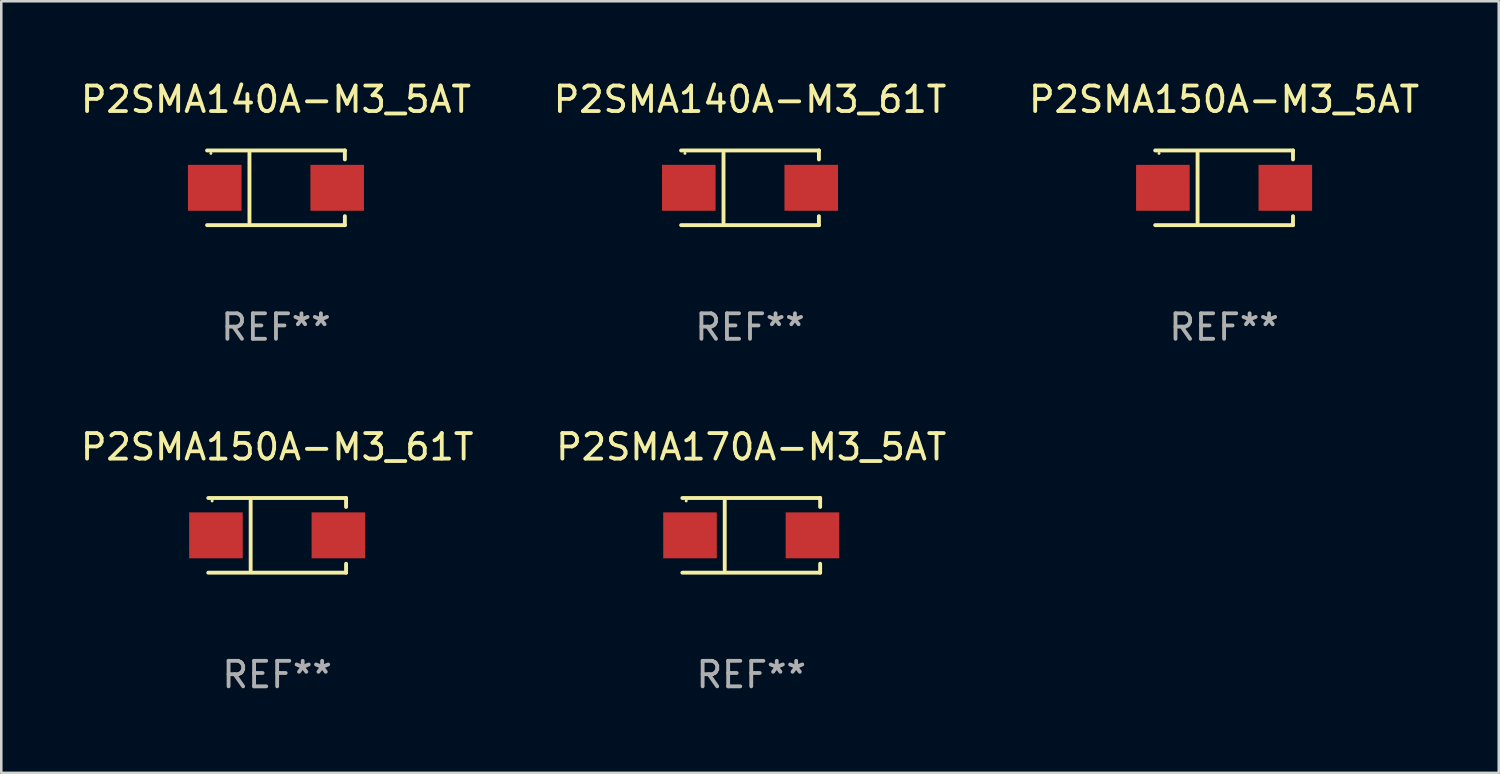
<source format=kicad_pcb>
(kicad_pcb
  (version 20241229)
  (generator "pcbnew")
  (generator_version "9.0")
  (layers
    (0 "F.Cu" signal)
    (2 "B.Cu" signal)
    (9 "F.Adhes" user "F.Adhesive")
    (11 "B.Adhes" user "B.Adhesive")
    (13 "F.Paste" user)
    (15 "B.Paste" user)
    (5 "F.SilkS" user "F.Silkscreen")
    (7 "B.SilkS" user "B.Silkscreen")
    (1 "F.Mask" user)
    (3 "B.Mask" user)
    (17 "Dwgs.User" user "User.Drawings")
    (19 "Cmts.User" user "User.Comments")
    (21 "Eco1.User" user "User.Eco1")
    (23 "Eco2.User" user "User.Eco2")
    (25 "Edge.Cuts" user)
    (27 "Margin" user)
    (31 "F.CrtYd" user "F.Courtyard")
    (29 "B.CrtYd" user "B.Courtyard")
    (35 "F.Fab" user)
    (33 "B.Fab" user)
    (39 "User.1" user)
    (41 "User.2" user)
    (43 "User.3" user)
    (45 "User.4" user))
  (footprint "P2SMA150A-M3_5AT"
    (layer "F.Cu")
    (at 44.935 4.312)
    (property "Reference" "P2SMA150A-M3_5AT" (at 0 -3.464 0) (layer "F.SilkS") (effects (font (size 1 1) (thickness 0.15))))
    (attr through_hole)
    (fp_line (start -2.701 -1.464) (end 2.701 -1.464) (stroke (width 0.152) (type solid)) (layer "F.SilkS"))
    (fp_line (start -2.701 1.464) (end 2.701 1.464) (stroke (width 0.152) (type solid)) (layer "F.SilkS"))
    (fp_line (start -1.039 -1.364) (end -1.039 1.364) (stroke (width 0.152) (type solid)) (layer "F.SilkS"))
    (fp_line (start 2.701 -1.464) (end 2.701 -1.113) (stroke (width 0.152) (type solid)) (layer "F.SilkS"))
    (fp_line (start 2.701 1.464) (end 2.701 1.113) (stroke (width 0.152) (type solid)) (layer "F.SilkS"))
    (fp_circle (center -2.55 -1.35) (end -2.52 -1.35) (stroke (width 0.06) (type solid)) (fill no) (layer "F.SilkS"))
    (fp_text user "REF**" (at 0 5.464 0) (layer "F.Fab") (effects (font (size 1 1) (thickness 0.15))))
    (pad "1" smd rect (at -2.4 0) (size 2.1 1.8) (layers "F.Cu" "F.Mask" "F.Paste"))
    (pad "2" smd rect (at 2.4 0) (size 2.1 1.8) (layers "F.Cu" "F.Mask" "F.Paste")))
  (footprint "P2SMA150A-M3_61T"
    (layer "F.Cu")
    (at 7.815 17.936)
    (property "Reference" "P2SMA150A-M3_61T" (at 0 -3.464 0) (layer "F.SilkS") (effects (font (size 1 1) (thickness 0.15))))
    (attr through_hole)
    (fp_line (start -2.701 -1.464) (end 2.701 -1.464) (stroke (width 0.152) (type solid)) (layer "F.SilkS"))
    (fp_line (start -2.701 1.464) (end 2.701 1.464) (stroke (width 0.152) (type solid)) (layer "F.SilkS"))
    (fp_line (start -1.039 -1.364) (end -1.039 1.364) (stroke (width 0.152) (type solid)) (layer "F.SilkS"))
    (fp_line (start 2.701 -1.464) (end 2.701 -1.113) (stroke (width 0.152) (type solid)) (layer "F.SilkS"))
    (fp_line (start 2.701 1.464) (end 2.701 1.113) (stroke (width 0.152) (type solid)) (layer "F.SilkS"))
    (fp_circle (center -2.55 -1.35) (end -2.52 -1.35) (stroke (width 0.06) (type solid)) (fill no) (layer "F.SilkS"))
    (fp_text user "REF**" (at 0 5.464 0) (layer "F.Fab") (effects (font (size 1 1) (thickness 0.15))))
    (pad "1" smd rect (at -2.4 0) (size 2.1 1.8) (layers "F.Cu" "F.Mask" "F.Paste"))
    (pad "2" smd rect (at 2.4 0) (size 2.1 1.8) (layers "F.Cu" "F.Mask" "F.Paste")))
  (footprint "P2SMA170A-M3_5AT"
    (layer "F.Cu")
    (at 26.399 17.936)
    (property "Reference" "P2SMA170A-M3_5AT" (at 0 -3.464 0) (layer "F.SilkS") (effects (font (size 1 1) (thickness 0.15))))
    (attr through_hole)
    (fp_line (start -2.701 -1.464) (end 2.701 -1.464) (stroke (width 0.152) (type solid)) (layer "F.SilkS"))
    (fp_line (start -2.701 1.464) (end 2.701 1.464) (stroke (width 0.152) (type solid)) (layer "F.SilkS"))
    (fp_line (start -1.039 -1.364) (end -1.039 1.364) (stroke (width 0.152) (type solid)) (layer "F.SilkS"))
    (fp_line (start 2.701 -1.464) (end 2.701 -1.113) (stroke (width 0.152) (type solid)) (layer "F.SilkS"))
    (fp_line (start 2.701 1.464) (end 2.701 1.113) (stroke (width 0.152) (type solid)) (layer "F.SilkS"))
    (fp_circle (center -2.55 -1.35) (end -2.52 -1.35) (stroke (width 0.06) (type solid)) (fill no) (layer "F.SilkS"))
    (fp_text user "REF**" (at 0 5.464 0) (layer "F.Fab") (effects (font (size 1 1) (thickness 0.15))))
    (pad "1" smd rect (at -2.4 0) (size 2.1 1.8) (layers "F.Cu" "F.Mask" "F.Paste"))
    (pad "2" smd rect (at 2.4 0) (size 2.1 1.8) (layers "F.Cu" "F.Mask" "F.Paste")))
  (footprint "P2SMA140A-M3_5AT"
    (layer "F.Cu")
    (at 7.768 4.312)
    (property "Reference" "P2SMA140A-M3_5AT" (at 0 -3.464 0) (layer "F.SilkS") (effects (font (size 1 1) (thickness 0.15))))
    (attr through_hole)
    (fp_line (start -2.701 -1.464) (end 2.701 -1.464) (stroke (width 0.152) (type solid)) (layer "F.SilkS"))
    (fp_line (start -2.701 1.464) (end 2.701 1.464) (stroke (width 0.152) (type solid)) (layer "F.SilkS"))
    (fp_line (start -1.039 -1.364) (end -1.039 1.364) (stroke (width 0.152) (type solid)) (layer "F.SilkS"))
    (fp_line (start 2.701 -1.464) (end 2.701 -1.113) (stroke (width 0.152) (type solid)) (layer "F.SilkS"))
    (fp_line (start 2.701 1.464) (end 2.701 1.113) (stroke (width 0.152) (type solid)) (layer "F.SilkS"))
    (fp_circle (center -2.55 -1.35) (end -2.52 -1.35) (stroke (width 0.06) (type solid)) (fill no) (layer "F.SilkS"))
    (fp_text user "REF**" (at 0 5.464 0) (layer "F.Fab") (effects (font (size 1 1) (thickness 0.15))))
    (pad "1" smd rect (at -2.4 0) (size 2.1 1.8) (layers "F.Cu" "F.Mask" "F.Paste"))
    (pad "2" smd rect (at 2.4 0) (size 2.1 1.8) (layers "F.Cu" "F.Mask" "F.Paste")))
  (footprint "P2SMA140A-M3_61T"
    (layer "F.Cu")
    (at 26.351 4.312)
    (property "Reference" "P2SMA140A-M3_61T" (at 0 -3.464 0) (layer "F.SilkS") (effects (font (size 1 1) (thickness 0.15))))
    (attr through_hole)
    (fp_line (start -2.701 -1.464) (end 2.701 -1.464) (stroke (width 0.152) (type solid)) (layer "F.SilkS"))
    (fp_line (start -2.701 1.464) (end 2.701 1.464) (stroke (width 0.152) (type solid)) (layer "F.SilkS"))
    (fp_line (start -1.039 -1.364) (end -1.039 1.364) (stroke (width 0.152) (type solid)) (layer "F.SilkS"))
    (fp_line (start 2.701 -1.464) (end 2.701 -1.113) (stroke (width 0.152) (type solid)) (layer "F.SilkS"))
    (fp_line (start 2.701 1.464) (end 2.701 1.113) (stroke (width 0.152) (type solid)) (layer "F.SilkS"))
    (fp_circle (center -2.55 -1.35) (end -2.52 -1.35) (stroke (width 0.06) (type solid)) (fill no) (layer "F.SilkS"))
    (fp_text user "REF**" (at 0 5.464 0) (layer "F.Fab") (effects (font (size 1 1) (thickness 0.15))))
    (pad "1" smd rect (at -2.4 0) (size 2.1 1.8) (layers "F.Cu" "F.Mask" "F.Paste"))
    (pad "2" smd rect (at 2.4 0) (size 2.1 1.8) (layers "F.Cu" "F.Mask" "F.Paste")))
  (gr_rect
    (start -3 -3)
    (end 55.702 27.248)
    (stroke (width 0.1) (type default))
    (fill no)
    (layer "Edge.Cuts")))
</source>
